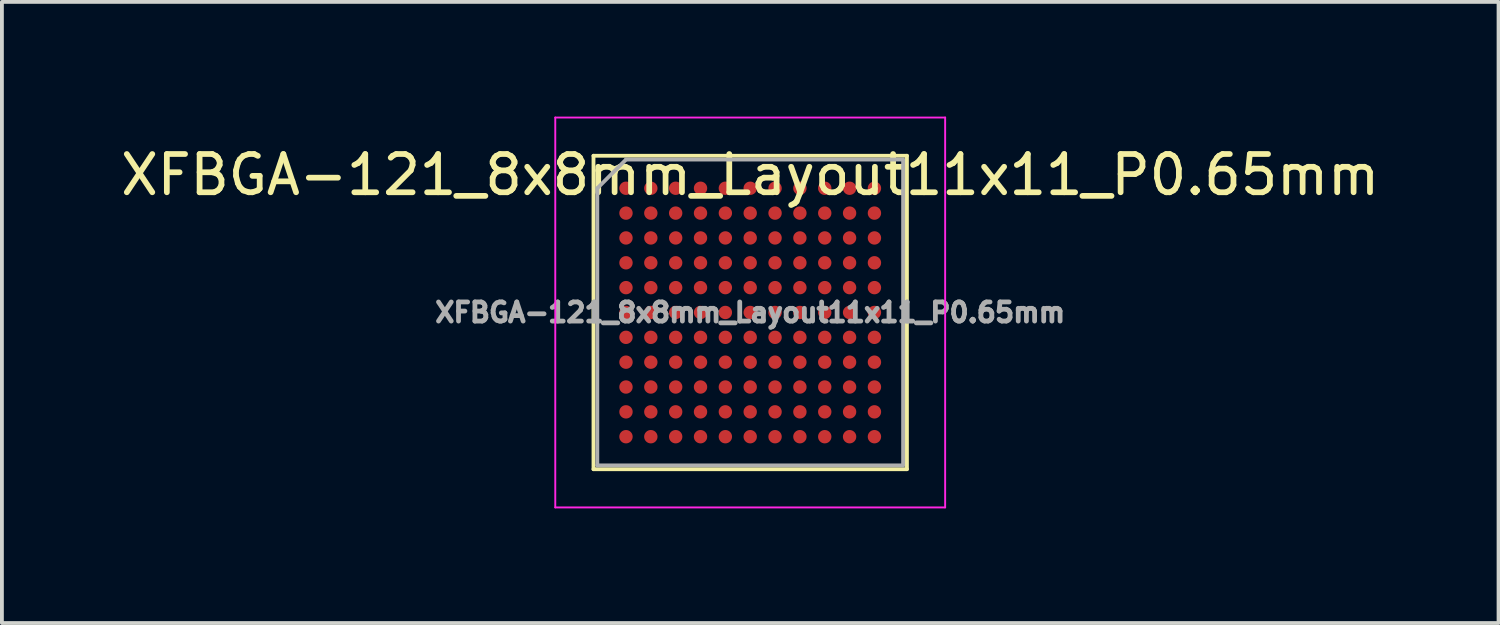
<source format=kicad_pcb>
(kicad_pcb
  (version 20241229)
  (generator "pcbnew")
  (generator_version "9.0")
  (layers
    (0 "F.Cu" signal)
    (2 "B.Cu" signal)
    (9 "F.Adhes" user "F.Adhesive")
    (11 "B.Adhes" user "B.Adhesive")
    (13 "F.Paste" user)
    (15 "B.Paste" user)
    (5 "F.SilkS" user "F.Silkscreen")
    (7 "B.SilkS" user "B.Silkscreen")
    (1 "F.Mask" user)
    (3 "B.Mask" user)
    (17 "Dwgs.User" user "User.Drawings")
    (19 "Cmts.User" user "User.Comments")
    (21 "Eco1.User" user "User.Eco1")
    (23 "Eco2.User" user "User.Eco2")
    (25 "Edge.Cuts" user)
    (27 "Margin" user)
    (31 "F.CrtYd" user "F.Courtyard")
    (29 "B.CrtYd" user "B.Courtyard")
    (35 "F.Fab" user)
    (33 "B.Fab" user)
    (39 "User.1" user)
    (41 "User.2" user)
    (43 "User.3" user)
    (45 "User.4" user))
  (footprint "XFBGA-121_8x8mm_Layout11x11_P0.65mm"
    (layer "F.Cu")
    (at 16.577 5.125)
    (property "Reference" "XFBGA-121_8x8mm_Layout11x11_P0.65mm" (at 0 -3.6 0) (layer "F.SilkS") (effects (font (size 1 1) (thickness 0.15))))
    (attr smd)
    (fp_line (start -4.1 -4.1) (end 4.1 -4.1) (stroke (width 0.1) (type solid)) (layer "F.SilkS"))
    (fp_line (start -4.1 4.1) (end -4.1 -4.1) (stroke (width 0.1) (type solid)) (layer "F.SilkS"))
    (fp_line (start -4.1 4.1) (end 4.1 4.1) (stroke (width 0.1) (type solid)) (layer "F.SilkS"))
    (fp_line (start 4.1 4.1) (end 4.1 -4.1) (stroke (width 0.1) (type solid)) (layer "F.SilkS"))
    (fp_line (start -5.1 -5.1) (end 5.1 -5.1) (stroke (width 0.05) (type solid)) (layer "F.CrtYd"))
    (fp_line (start -5.1 5.1) (end -5.1 -5.1) (stroke (width 0.05) (type solid)) (layer "F.CrtYd"))
    (fp_line (start -5.1 5.1) (end 5.1 5.1) (stroke (width 0.05) (type solid)) (layer "F.CrtYd"))
    (fp_line (start 5.1 5.1) (end 5.1 -5.1) (stroke (width 0.05) (type solid)) (layer "F.CrtYd"))
    (fp_line (start -4 -3.25) (end -3.25 -4) (stroke (width 0.1) (type solid)) (layer "F.Fab"))
    (fp_line (start -4 4) (end -4 -3.25) (stroke (width 0.1) (type solid)) (layer "F.Fab"))
    (fp_line (start -4 4) (end 4 4) (stroke (width 0.1) (type solid)) (layer "F.Fab"))
    (fp_line (start -3.25 -4) (end 4 -4) (stroke (width 0.1) (type solid)) (layer "F.Fab"))
    (fp_line (start 4 4) (end 4 -4) (stroke (width 0.1) (type solid)) (layer "F.Fab"))
    (fp_text user "${REFERENCE}" (at 0 0 0) (layer "F.Fab") (effects (font (size 0.5 0.5) (thickness 0.125))))
    (pad "A1" smd circle (at -3.25 -3.25) (size 0.35 0.35) (layers "F.Cu" "F.Mask" "F.Paste"))
    (pad "A2" smd circle (at -2.6 -3.25) (size 0.35 0.35) (layers "F.Cu" "F.Mask" "F.Paste"))
    (pad "A3" smd circle (at -1.95 -3.25) (size 0.35 0.35) (layers "F.Cu" "F.Mask" "F.Paste"))
    (pad "A4" smd circle (at -1.3 -3.25) (size 0.35 0.35) (layers "F.Cu" "F.Mask" "F.Paste"))
    (pad "A5" smd circle (at -0.65 -3.25) (size 0.35 0.35) (layers "F.Cu" "F.Mask" "F.Paste"))
    (pad "A6" smd circle (at 0 -3.25) (size 0.35 0.35) (layers "F.Cu" "F.Mask" "F.Paste"))
    (pad "A7" smd circle (at 0.65 -3.25) (size 0.35 0.35) (layers "F.Cu" "F.Mask" "F.Paste"))
    (pad "A8" smd circle (at 1.3 -3.25) (size 0.35 0.35) (layers "F.Cu" "F.Mask" "F.Paste"))
    (pad "A9" smd circle (at 1.95 -3.25) (size 0.35 0.35) (layers "F.Cu" "F.Mask" "F.Paste"))
    (pad "A10" smd circle (at 2.6 -3.25) (size 0.35 0.35) (layers "F.Cu" "F.Mask" "F.Paste"))
    (pad "A11" smd circle (at 3.25 -3.25) (size 0.35 0.35) (layers "F.Cu" "F.Mask" "F.Paste"))
    (pad "B1" smd circle (at -3.25 -2.6) (size 0.35 0.35) (layers "F.Cu" "F.Mask" "F.Paste"))
    (pad "B2" smd circle (at -2.6 -2.6) (size 0.35 0.35) (layers "F.Cu" "F.Mask" "F.Paste"))
    (pad "B3" smd circle (at -1.95 -2.6) (size 0.35 0.35) (layers "F.Cu" "F.Mask" "F.Paste"))
    (pad "B4" smd circle (at -1.3 -2.6) (size 0.35 0.35) (layers "F.Cu" "F.Mask" "F.Paste"))
    (pad "B5" smd circle (at -0.65 -2.6) (size 0.35 0.35) (layers "F.Cu" "F.Mask" "F.Paste"))
    (pad "B6" smd circle (at 0 -2.6) (size 0.35 0.35) (layers "F.Cu" "F.Mask" "F.Paste"))
    (pad "B7" smd circle (at 0.65 -2.6) (size 0.35 0.35) (layers "F.Cu" "F.Mask" "F.Paste"))
    (pad "B8" smd circle (at 1.3 -2.6) (size 0.35 0.35) (layers "F.Cu" "F.Mask" "F.Paste"))
    (pad "B9" smd circle (at 1.95 -2.6) (size 0.35 0.35) (layers "F.Cu" "F.Mask" "F.Paste"))
    (pad "B10" smd circle (at 2.6 -2.6) (size 0.35 0.35) (layers "F.Cu" "F.Mask" "F.Paste"))
    (pad "B11" smd circle (at 3.25 -2.6) (size 0.35 0.35) (layers "F.Cu" "F.Mask" "F.Paste"))
    (pad "C1" smd circle (at -3.25 -1.95) (size 0.35 0.35) (layers "F.Cu" "F.Mask" "F.Paste"))
    (pad "C2" smd circle (at -2.6 -1.95) (size 0.35 0.35) (layers "F.Cu" "F.Mask" "F.Paste"))
    (pad "C3" smd circle (at -1.95 -1.95) (size 0.35 0.35) (layers "F.Cu" "F.Mask" "F.Paste"))
    (pad "C4" smd circle (at -1.3 -1.95) (size 0.35 0.35) (layers "F.Cu" "F.Mask" "F.Paste"))
    (pad "C5" smd circle (at -0.65 -1.95) (size 0.35 0.35) (layers "F.Cu" "F.Mask" "F.Paste"))
    (pad "C6" smd circle (at 0 -1.95) (size 0.35 0.35) (layers "F.Cu" "F.Mask" "F.Paste"))
    (pad "C7" smd circle (at 0.65 -1.95) (size 0.35 0.35) (layers "F.Cu" "F.Mask" "F.Paste"))
    (pad "C8" smd circle (at 1.3 -1.95) (size 0.35 0.35) (layers "F.Cu" "F.Mask" "F.Paste"))
    (pad "C9" smd circle (at 1.95 -1.95) (size 0.35 0.35) (layers "F.Cu" "F.Mask" "F.Paste"))
    (pad "C10" smd circle (at 2.6 -1.95) (size 0.35 0.35) (layers "F.Cu" "F.Mask" "F.Paste"))
    (pad "C11" smd circle (at 3.25 -1.95) (size 0.35 0.35) (layers "F.Cu" "F.Mask" "F.Paste"))
    (pad "D1" smd circle (at -3.25 -1.3) (size 0.35 0.35) (layers "F.Cu" "F.Mask" "F.Paste"))
    (pad "D2" smd circle (at -2.6 -1.3) (size 0.35 0.35) (layers "F.Cu" "F.Mask" "F.Paste"))
    (pad "D3" smd circle (at -1.95 -1.3) (size 0.35 0.35) (layers "F.Cu" "F.Mask" "F.Paste"))
    (pad "D4" smd circle (at -1.3 -1.3) (size 0.35 0.35) (layers "F.Cu" "F.Mask" "F.Paste"))
    (pad "D5" smd circle (at -0.65 -1.3) (size 0.35 0.35) (layers "F.Cu" "F.Mask" "F.Paste"))
    (pad "D6" smd circle (at 0 -1.3) (size 0.35 0.35) (layers "F.Cu" "F.Mask" "F.Paste"))
    (pad "D7" smd circle (at 0.65 -1.3) (size 0.35 0.35) (layers "F.Cu" "F.Mask" "F.Paste"))
    (pad "D8" smd circle (at 1.3 -1.3) (size 0.35 0.35) (layers "F.Cu" "F.Mask" "F.Paste"))
    (pad "D9" smd circle (at 1.95 -1.3) (size 0.35 0.35) (layers "F.Cu" "F.Mask" "F.Paste"))
    (pad "D10" smd circle (at 2.6 -1.3) (size 0.35 0.35) (layers "F.Cu" "F.Mask" "F.Paste"))
    (pad "D11" smd circle (at 3.25 -1.3) (size 0.35 0.35) (layers "F.Cu" "F.Mask" "F.Paste"))
    (pad "E1" smd circle (at -3.25 -0.65) (size 0.35 0.35) (layers "F.Cu" "F.Mask" "F.Paste"))
    (pad "E2" smd circle (at -2.6 -0.65) (size 0.35 0.35) (layers "F.Cu" "F.Mask" "F.Paste"))
    (pad "E3" smd circle (at -1.95 -0.65) (size 0.35 0.35) (layers "F.Cu" "F.Mask" "F.Paste"))
    (pad "E4" smd circle (at -1.3 -0.65) (size 0.35 0.35) (layers "F.Cu" "F.Mask" "F.Paste"))
    (pad "E5" smd circle (at -0.65 -0.65) (size 0.35 0.35) (layers "F.Cu" "F.Mask" "F.Paste"))
    (pad "E6" smd circle (at 0 -0.65) (size 0.35 0.35) (layers "F.Cu" "F.Mask" "F.Paste"))
    (pad "E7" smd circle (at 0.65 -0.65) (size 0.35 0.35) (layers "F.Cu" "F.Mask" "F.Paste"))
    (pad "E8" smd circle (at 1.3 -0.65) (size 0.35 0.35) (layers "F.Cu" "F.Mask" "F.Paste"))
    (pad "E9" smd circle (at 1.95 -0.65) (size 0.35 0.35) (layers "F.Cu" "F.Mask" "F.Paste"))
    (pad "E10" smd circle (at 2.6 -0.65) (size 0.35 0.35) (layers "F.Cu" "F.Mask" "F.Paste"))
    (pad "E11" smd circle (at 3.25 -0.65) (size 0.35 0.35) (layers "F.Cu" "F.Mask" "F.Paste"))
    (pad "F1" smd circle (at -3.25 0) (size 0.35 0.35) (layers "F.Cu" "F.Mask" "F.Paste"))
    (pad "F2" smd circle (at -2.6 0) (size 0.35 0.35) (layers "F.Cu" "F.Mask" "F.Paste"))
    (pad "F3" smd circle (at -1.95 0) (size 0.35 0.35) (layers "F.Cu" "F.Mask" "F.Paste"))
    (pad "F4" smd circle (at -1.3 0) (size 0.35 0.35) (layers "F.Cu" "F.Mask" "F.Paste"))
    (pad "F5" smd circle (at -0.65 0) (size 0.35 0.35) (layers "F.Cu" "F.Mask" "F.Paste"))
    (pad "F6" smd circle (at 0 0) (size 0.35 0.35) (layers "F.Cu" "F.Mask" "F.Paste"))
    (pad "F7" smd circle (at 0.65 0) (size 0.35 0.35) (layers "F.Cu" "F.Mask" "F.Paste"))
    (pad "F8" smd circle (at 1.3 0) (size 0.35 0.35) (layers "F.Cu" "F.Mask" "F.Paste"))
    (pad "F9" smd circle (at 1.95 0) (size 0.35 0.35) (layers "F.Cu" "F.Mask" "F.Paste"))
    (pad "F10" smd circle (at 2.6 0) (size 0.35 0.35) (layers "F.Cu" "F.Mask" "F.Paste"))
    (pad "F11" smd circle (at 3.25 0) (size 0.35 0.35) (layers "F.Cu" "F.Mask" "F.Paste"))
    (pad "G1" smd circle (at -3.25 0.65) (size 0.35 0.35) (layers "F.Cu" "F.Mask" "F.Paste"))
    (pad "G2" smd circle (at -2.6 0.65) (size 0.35 0.35) (layers "F.Cu" "F.Mask" "F.Paste"))
    (pad "G3" smd circle (at -1.95 0.65) (size 0.35 0.35) (layers "F.Cu" "F.Mask" "F.Paste"))
    (pad "G4" smd circle (at -1.3 0.65) (size 0.35 0.35) (layers "F.Cu" "F.Mask" "F.Paste"))
    (pad "G5" smd circle (at -0.65 0.65) (size 0.35 0.35) (layers "F.Cu" "F.Mask" "F.Paste"))
    (pad "G6" smd circle (at 0 0.65) (size 0.35 0.35) (layers "F.Cu" "F.Mask" "F.Paste"))
    (pad "G7" smd circle (at 0.65 0.65) (size 0.35 0.35) (layers "F.Cu" "F.Mask" "F.Paste"))
    (pad "G8" smd circle (at 1.3 0.65) (size 0.35 0.35) (layers "F.Cu" "F.Mask" "F.Paste"))
    (pad "G9" smd circle (at 1.95 0.65) (size 0.35 0.35) (layers "F.Cu" "F.Mask" "F.Paste"))
    (pad "G10" smd circle (at 2.6 0.65) (size 0.35 0.35) (layers "F.Cu" "F.Mask" "F.Paste"))
    (pad "G11" smd circle (at 3.25 0.65) (size 0.35 0.35) (layers "F.Cu" "F.Mask" "F.Paste"))
    (pad "H1" smd circle (at -3.25 1.3) (size 0.35 0.35) (layers "F.Cu" "F.Mask" "F.Paste"))
    (pad "H2" smd circle (at -2.6 1.3) (size 0.35 0.35) (layers "F.Cu" "F.Mask" "F.Paste"))
    (pad "H3" smd circle (at -1.95 1.3) (size 0.35 0.35) (layers "F.Cu" "F.Mask" "F.Paste"))
    (pad "H4" smd circle (at -1.3 1.3) (size 0.35 0.35) (layers "F.Cu" "F.Mask" "F.Paste"))
    (pad "H5" smd circle (at -0.65 1.3) (size 0.35 0.35) (layers "F.Cu" "F.Mask" "F.Paste"))
    (pad "H6" smd circle (at 0 1.3) (size 0.35 0.35) (layers "F.Cu" "F.Mask" "F.Paste"))
    (pad "H7" smd circle (at 0.65 1.3) (size 0.35 0.35) (layers "F.Cu" "F.Mask" "F.Paste"))
    (pad "H8" smd circle (at 1.3 1.3) (size 0.35 0.35) (layers "F.Cu" "F.Mask" "F.Paste"))
    (pad "H9" smd circle (at 1.95 1.3) (size 0.35 0.35) (layers "F.Cu" "F.Mask" "F.Paste"))
    (pad "H10" smd circle (at 2.6 1.3) (size 0.35 0.35) (layers "F.Cu" "F.Mask" "F.Paste"))
    (pad "H11" smd circle (at 3.25 1.3) (size 0.35 0.35) (layers "F.Cu" "F.Mask" "F.Paste"))
    (pad "J1" smd circle (at -3.25 1.95) (size 0.35 0.35) (layers "F.Cu" "F.Mask" "F.Paste"))
    (pad "J2" smd circle (at -2.6 1.95) (size 0.35 0.35) (layers "F.Cu" "F.Mask" "F.Paste"))
    (pad "J3" smd circle (at -1.95 1.95) (size 0.35 0.35) (layers "F.Cu" "F.Mask" "F.Paste"))
    (pad "J4" smd circle (at -1.3 1.95) (size 0.35 0.35) (layers "F.Cu" "F.Mask" "F.Paste"))
    (pad "J5" smd circle (at -0.65 1.95) (size 0.35 0.35) (layers "F.Cu" "F.Mask" "F.Paste"))
    (pad "J6" smd circle (at 0 1.95) (size 0.35 0.35) (layers "F.Cu" "F.Mask" "F.Paste"))
    (pad "J7" smd circle (at 0.65 1.95) (size 0.35 0.35) (layers "F.Cu" "F.Mask" "F.Paste"))
    (pad "J8" smd circle (at 1.3 1.95) (size 0.35 0.35) (layers "F.Cu" "F.Mask" "F.Paste"))
    (pad "J9" smd circle (at 1.95 1.95) (size 0.35 0.35) (layers "F.Cu" "F.Mask" "F.Paste"))
    (pad "J10" smd circle (at 2.6 1.95) (size 0.35 0.35) (layers "F.Cu" "F.Mask" "F.Paste"))
    (pad "J11" smd circle (at 3.25 1.95) (size 0.35 0.35) (layers "F.Cu" "F.Mask" "F.Paste"))
    (pad "K1" smd circle (at -3.25 2.6) (size 0.35 0.35) (layers "F.Cu" "F.Mask" "F.Paste"))
    (pad "K2" smd circle (at -2.6 2.6) (size 0.35 0.35) (layers "F.Cu" "F.Mask" "F.Paste"))
    (pad "K3" smd circle (at -1.95 2.6) (size 0.35 0.35) (layers "F.Cu" "F.Mask" "F.Paste"))
    (pad "K4" smd circle (at -1.3 2.6) (size 0.35 0.35) (layers "F.Cu" "F.Mask" "F.Paste"))
    (pad "K5" smd circle (at -0.65 2.6) (size 0.35 0.35) (layers "F.Cu" "F.Mask" "F.Paste"))
    (pad "K6" smd circle (at 0 2.6) (size 0.35 0.35) (layers "F.Cu" "F.Mask" "F.Paste"))
    (pad "K7" smd circle (at 0.65 2.6) (size 0.35 0.35) (layers "F.Cu" "F.Mask" "F.Paste"))
    (pad "K8" smd circle (at 1.3 2.6) (size 0.35 0.35) (layers "F.Cu" "F.Mask" "F.Paste"))
    (pad "K9" smd circle (at 1.95 2.6) (size 0.35 0.35) (layers "F.Cu" "F.Mask" "F.Paste"))
    (pad "K10" smd circle (at 2.6 2.6) (size 0.35 0.35) (layers "F.Cu" "F.Mask" "F.Paste"))
    (pad "K11" smd circle (at 3.25 2.6) (size 0.35 0.35) (layers "F.Cu" "F.Mask" "F.Paste"))
    (pad "L1" smd circle (at -3.25 3.25) (size 0.35 0.35) (layers "F.Cu" "F.Mask" "F.Paste"))
    (pad "L2" smd circle (at -2.6 3.25) (size 0.35 0.35) (layers "F.Cu" "F.Mask" "F.Paste"))
    (pad "L3" smd circle (at -1.95 3.25) (size 0.35 0.35) (layers "F.Cu" "F.Mask" "F.Paste"))
    (pad "L4" smd circle (at -1.3 3.25) (size 0.35 0.35) (layers "F.Cu" "F.Mask" "F.Paste"))
    (pad "L5" smd circle (at -0.65 3.25) (size 0.35 0.35) (layers "F.Cu" "F.Mask" "F.Paste"))
    (pad "L6" smd circle (at 0 3.25) (size 0.35 0.35) (layers "F.Cu" "F.Mask" "F.Paste"))
    (pad "L7" smd circle (at 0.65 3.25) (size 0.35 0.35) (layers "F.Cu" "F.Mask" "F.Paste"))
    (pad "L8" smd circle (at 1.3 3.25) (size 0.35 0.35) (layers "F.Cu" "F.Mask" "F.Paste"))
    (pad "L9" smd circle (at 1.95 3.25) (size 0.35 0.35) (layers "F.Cu" "F.Mask" "F.Paste"))
    (pad "L10" smd circle (at 2.6 3.25) (size 0.35 0.35) (layers "F.Cu" "F.Mask" "F.Paste"))
    (pad "L11" smd circle (at 3.25 3.25) (size 0.35 0.35) (layers "F.Cu" "F.Mask" "F.Paste")))
  (gr_rect
    (start -3 -3)
    (end 36.155 13.25)
    (stroke (width 0.1) (type default))
    (fill no)
    (layer "Edge.Cuts")))
</source>
